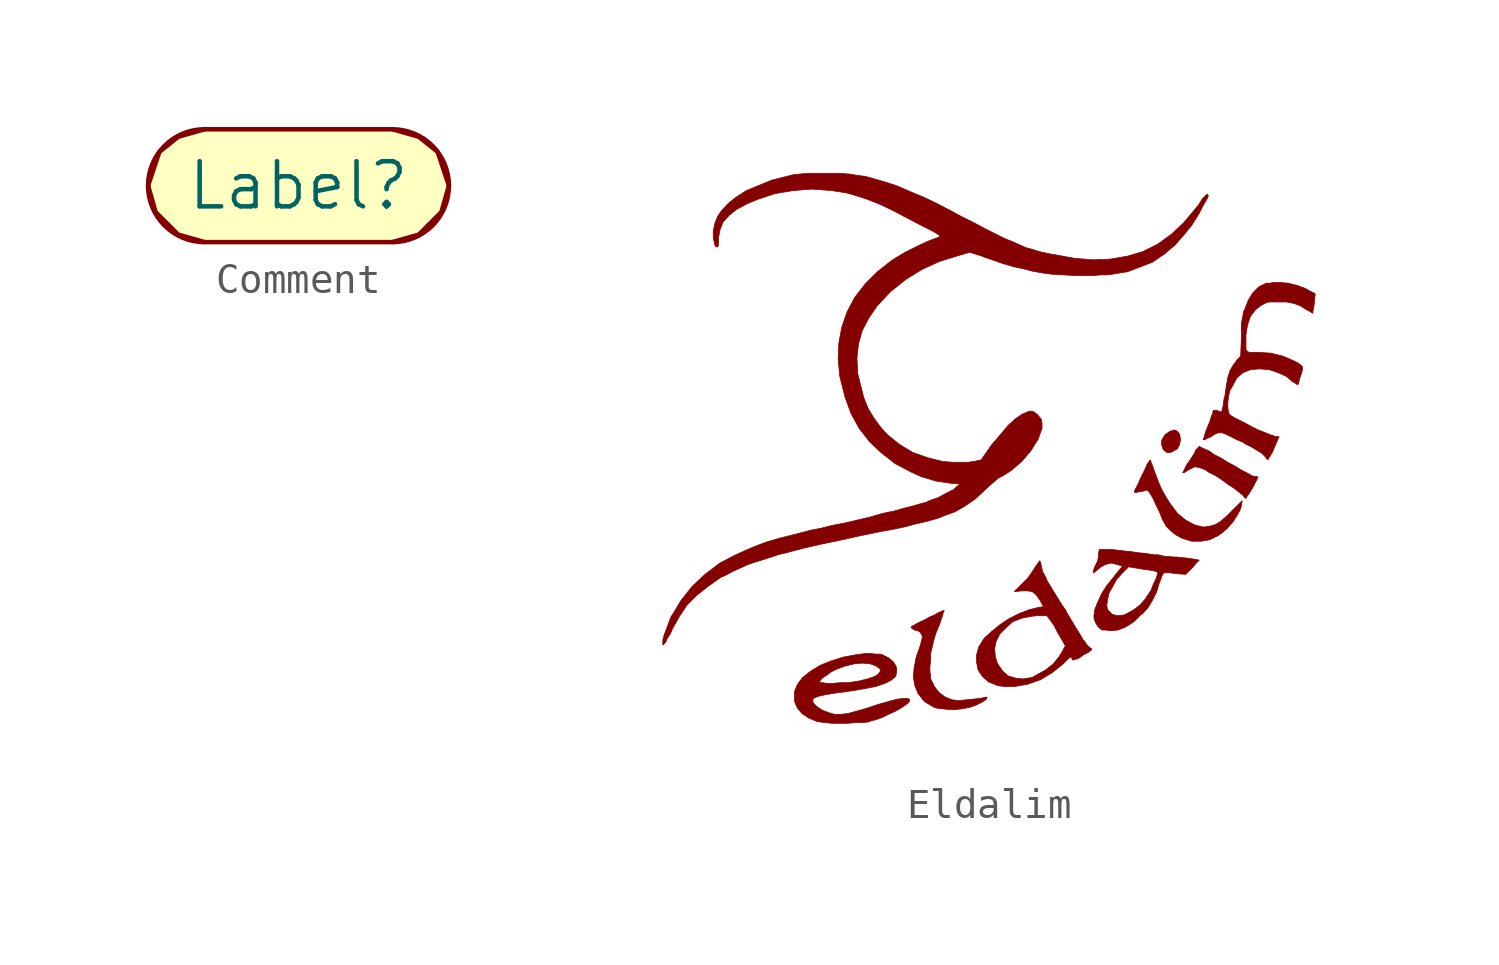
<source format=kicad_sym>
(kicad_symbol_lib
  (version 20220914)
  (generator kicad_symbol_editor)
  (symbol "Comment"
    (pin_names
      (offset 1.016))
    (property "Reference" "Label"
      (at 0 0 0)
      (effects (font (size 1.524 1.524))))
    (property "Datasheet" ""
      (at 0 0 0)
      (effects (font (size 1.524 1.524))))
    (symbol "Comment_0_1"
      (arc (start -3.175 1.905) (mid -5.0717 0) (end -3.175 -1.905) (stroke (width 0) (type solid)) (fill (type background)))
      (polyline (pts (xy 3.175 1.905) (xy -3.175 1.905) (xy -4.064 1.651) (xy -4.699 1.143) (xy -5.08 0) (xy -4.826 -0.889) (xy -4.064 -1.651) (xy -3.175 -1.905) (xy 3.175 -1.905) (xy 4.064 -1.651) (xy 4.826 -0.889) (xy 5.08 0) (xy 4.699 1.143) (xy 4.064 1.651) (xy 3.175 1.905)) (stroke (width 0) (type solid)) (fill (type background)))
      (arc (start 3.175 -1.905) (mid 5.0717 0) (end 3.175 1.905) (stroke (width 0) (type solid)) (fill (type background)))))
  (symbol "Eldalim"
    (pin_names
      (offset 1.016))
    (property "Reference" "Logo"
      (at 0 13.97 0)
      (effects (font (size 1.524 1.524)) hide))
    (property "Footprint" ""
      (at 0 0 0)
      (effects (font (size 1.524 1.524))))
    (property "Datasheet" ""
      (at 0 0 0)
      (effects (font (size 1.524 1.524))))
    (symbol "Eldalim_0_0"
      (polyline (pts (xy 6.477 0.279) (xy 6.452 0.457) (xy 6.375 0.559) (xy 6.274 0.61) (xy 6.121 0.559) (xy 5.969 0.457) (xy 5.944 0.432) (xy 5.842 0.254) (xy 5.842 0.102) (xy 5.893 -0.051) (xy 5.918 -0.076) (xy 6.02 -0.152) (xy 6.147 -0.152) (xy 6.248 -0.102) (xy 6.375 -0.025) (xy 6.452 0.127) (xy 6.477 0.279) (xy 6.477 0.279)) (stroke (width 0.025) (type solid)) (fill (type outline)))
      (polyline (pts (xy 9.093 -0.991) (xy 9.068 -0.965) (xy 8.992 -0.965) (xy 8.89 -0.94) (xy 8.763 -0.864) (xy 8.56 -0.762) (xy 8.306 -0.61) (xy 8.026 -0.457) (xy 7.874 -0.356) (xy 7.62 -0.229) (xy 7.442 -0.102) (xy 7.264 -0.025) (xy 7.163 0.025) (xy 7.112 0.051) (xy 7.061 0) (xy 6.985 -0.076) (xy 6.985 -0.102) (xy 6.934 -0.203) (xy 6.833 -0.356) (xy 6.731 -0.508) (xy 6.706 -0.533) (xy 6.629 -0.686) (xy 6.579 -0.787) (xy 6.553 -0.838) (xy 6.604 -0.838) (xy 6.706 -0.762) (xy 6.807 -0.711) (xy 6.96 -0.635) (xy 7.112 -0.66) (xy 7.315 -0.737) (xy 7.417 -0.813) (xy 7.671 -0.94) (xy 7.899 -1.092) (xy 8.103 -1.245) (xy 8.306 -1.372) (xy 8.458 -1.499) (xy 8.56 -1.575) (xy 8.611 -1.626) (xy 8.636 -1.676) (xy 8.687 -1.702) (xy 8.712 -1.651) (xy 8.788 -1.549) (xy 8.865 -1.422) (xy 8.941 -1.295) (xy 9.017 -1.143) (xy 9.068 -1.041) (xy 9.093 -0.991) (xy 9.093 -0.991)) (stroke (width 0.025) (type solid)) (fill (type outline)))
      (polyline (pts (xy 8.56 -1.778) (xy 8.23 -2.108) (xy 8.026 -2.311) (xy 7.823 -2.489) (xy 7.645 -2.591) (xy 7.468 -2.642) (xy 7.315 -2.667) (xy 7.214 -2.667) (xy 6.934 -2.591) (xy 6.655 -2.438) (xy 6.375 -2.21) (xy 6.147 -1.905) (xy 6.096 -1.829) (xy 5.969 -1.626) (xy 5.842 -1.397) (xy 5.74 -1.168) (xy 5.639 -0.889) (xy 5.588 -0.762) (xy 5.537 -0.61) (xy 5.486 -0.483) (xy 5.461 -0.406) (xy 5.436 -0.432) (xy 5.359 -0.533) (xy 5.283 -0.711) (xy 5.182 -0.914) (xy 5.131 -1.016) (xy 5.055 -1.194) (xy 4.978 -1.346) (xy 4.928 -1.448) (xy 4.928 -1.499) (xy 5.004 -1.499) (xy 5.105 -1.473) (xy 5.156 -1.473) (xy 5.258 -1.448) (xy 5.334 -1.422) (xy 5.385 -1.448) (xy 5.461 -1.549) (xy 5.563 -1.727) (xy 5.664 -1.956) (xy 5.766 -2.159) (xy 5.867 -2.413) (xy 5.994 -2.642) (xy 6.147 -2.794) (xy 6.299 -2.921) (xy 6.477 -3.023) (xy 6.528 -3.048) (xy 6.858 -3.15) (xy 7.163 -3.15) (xy 7.468 -3.099) (xy 7.772 -2.946) (xy 8.026 -2.743) (xy 8.077 -2.692) (xy 8.255 -2.489) (xy 8.382 -2.286) (xy 8.484 -2.108) (xy 8.534 -1.956) (xy 8.56 -1.778) (xy 8.56 -1.778)) (stroke (width 0.025) (type solid)) (fill (type outline)))
      (polyline (pts (xy -0.051 -8.433) (xy -0.076 -8.407) (xy -0.178 -8.433) (xy -0.305 -8.458) (xy -0.559 -8.484) (xy -0.813 -8.509) (xy -1.016 -8.534) (xy -1.168 -8.509) (xy -1.219 -8.509) (xy -1.473 -8.407) (xy -1.676 -8.255) (xy -1.854 -8.026) (xy -1.854 -8.001) (xy -1.905 -7.899) (xy -1.956 -7.798) (xy -1.956 -7.696) (xy -1.981 -7.569) (xy -1.981 -7.366) (xy -1.956 -7.163) (xy -1.956 -6.934) (xy -1.905 -6.731) (xy -1.854 -6.502) (xy -1.778 -6.248) (xy -1.651 -5.944) (xy -1.6 -5.791) (xy -1.549 -5.639) (xy -1.524 -5.537) (xy -1.499 -5.486) (xy -1.524 -5.486) (xy -1.575 -5.512) (xy -1.702 -5.563) (xy -1.829 -5.639) (xy -2.007 -5.715) (xy -2.184 -5.817) (xy -2.362 -5.893) (xy -2.489 -5.969) (xy -2.591 -6.02) (xy -2.616 -6.045) (xy -2.616 -6.071) (xy -2.54 -6.121) (xy -2.438 -6.172) (xy -2.388 -6.172) (xy -2.311 -6.223) (xy -2.261 -6.299) (xy -2.235 -6.375) (xy -2.261 -6.502) (xy -2.311 -6.68) (xy -2.388 -6.909) (xy -2.438 -7.036) (xy -2.515 -7.417) (xy -2.54 -7.747) (xy -2.489 -8.026) (xy -2.388 -8.28) (xy -2.21 -8.509) (xy -2.134 -8.585) (xy -1.956 -8.687) (xy -1.829 -8.763) (xy -1.727 -8.788) (xy -1.499 -8.814) (xy -1.219 -8.839) (xy -0.94 -8.814) (xy -0.66 -8.763) (xy -0.432 -8.687) (xy -0.229 -8.585) (xy -0.076 -8.484) (xy -0.076 -8.458) (xy -0.051 -8.433) (xy -0.051 -8.433)) (stroke (width 0.025) (type solid)) (fill (type outline)))
      (polyline (pts (xy 7.112 -3.785) (xy 7.087 -3.785) (xy 6.96 -3.759) (xy 6.807 -3.734) (xy 6.604 -3.708) (xy 6.35 -3.683) (xy 6.274 -3.683) (xy 5.944 -3.658) (xy 5.715 -3.607) (xy 5.715 -4.216) (xy 5.69 -4.293) (xy 5.639 -4.445) (xy 5.563 -4.597) (xy 5.486 -4.801) (xy 5.436 -4.877) (xy 5.283 -5.105) (xy 5.105 -5.309) (xy 4.902 -5.461) (xy 4.724 -5.563) (xy 4.572 -5.639) (xy 4.343 -5.664) (xy 4.166 -5.613) (xy 4.039 -5.486) (xy 4.013 -5.461) (xy 3.988 -5.309) (xy 4.013 -5.131) (xy 4.064 -4.902) (xy 4.191 -4.674) (xy 4.318 -4.445) (xy 4.496 -4.242) (xy 4.724 -4.013) (xy 5.182 -4.089) (xy 5.359 -4.115) (xy 5.537 -4.14) (xy 5.639 -4.166) (xy 5.69 -4.191) (xy 5.715 -4.216) (xy 5.715 -3.607) (xy 5.588 -3.607) (xy 5.258 -3.556) (xy 4.978 -3.531) (xy 4.851 -3.505) (xy 4.597 -3.48) (xy 4.369 -3.454) (xy 4.166 -3.429) (xy 4.013 -3.429) (xy 3.734 -3.429) (xy 3.708 -3.581) (xy 3.708 -3.658) (xy 3.683 -3.81) (xy 3.607 -3.962) (xy 3.556 -4.089) (xy 3.531 -4.191) (xy 3.531 -4.216) (xy 3.581 -4.191) (xy 3.708 -4.089) (xy 3.759 -4.039) (xy 3.937 -3.937) (xy 4.14 -3.886) (xy 4.343 -3.937) (xy 4.521 -3.988) (xy 4.293 -4.267) (xy 4.216 -4.369) (xy 3.988 -4.648) (xy 3.81 -4.928) (xy 3.683 -5.207) (xy 3.581 -5.461) (xy 3.556 -5.664) (xy 3.556 -5.74) (xy 3.607 -5.893) (xy 3.683 -6.02) (xy 3.785 -6.121) (xy 3.835 -6.147) (xy 3.962 -6.147) (xy 4.115 -6.172) (xy 4.369 -6.147) (xy 4.623 -6.045) (xy 4.902 -5.867) (xy 5.156 -5.613) (xy 5.182 -5.613) (xy 5.385 -5.385) (xy 5.537 -5.131) (xy 5.664 -4.877) (xy 5.766 -4.547) (xy 5.791 -4.496) (xy 5.842 -4.343) (xy 5.893 -4.242) (xy 5.918 -4.216) (xy 5.994 -4.216) (xy 6.147 -4.216) (xy 6.299 -4.242) (xy 6.655 -4.267) (xy 6.883 -4.039) (xy 6.909 -4.013) (xy 7.01 -3.886) (xy 7.087 -3.81) (xy 7.112 -3.785) (xy 7.112 -3.785)) (stroke (width 0.025) (type solid)) (fill (type outline)))
      (polyline (pts (xy -2.667 -8.484) (xy -2.743 -8.458) (xy -2.896 -8.458) (xy -3.099 -8.484) (xy -3.378 -8.56) (xy -3.734 -8.661) (xy -4.115 -8.788) (xy -4.47 -8.89) (xy -4.75 -8.966) (xy -4.978 -8.992) (xy -5.207 -8.992) (xy -5.385 -8.941) (xy -5.588 -8.865) (xy -5.639 -8.839) (xy -5.791 -8.738) (xy -5.893 -8.636) (xy -5.944 -8.534) (xy -5.918 -8.458) (xy -5.867 -8.433) (xy -5.74 -8.382) (xy -5.512 -8.331) (xy -5.207 -8.28) (xy -4.826 -8.23) (xy -4.648 -8.204) (xy -4.191 -8.128) (xy -3.81 -8.052) (xy -3.505 -7.95) (xy -3.302 -7.849) (xy -3.15 -7.722) (xy -3.124 -7.671) (xy -3.099 -7.518) (xy -3.124 -7.366) (xy -3.226 -7.214) (xy -3.378 -7.087) (xy -3.581 -6.985) (xy -3.658 -6.96) (xy -3.658 -7.468) (xy -3.658 -7.544) (xy -3.734 -7.645) (xy -3.861 -7.722) (xy -4.089 -7.798) (xy -4.394 -7.874) (xy -4.572 -7.899) (xy -4.775 -7.925) (xy -5.029 -7.925) (xy -5.258 -7.95) (xy -5.461 -7.95) (xy -5.613 -7.925) (xy -5.715 -7.925) (xy -5.715 -7.899) (xy -5.664 -7.823) (xy -5.588 -7.747) (xy -5.461 -7.671) (xy -5.334 -7.569) (xy -5.182 -7.493) (xy -5.131 -7.468) (xy -4.851 -7.366) (xy -4.547 -7.29) (xy -4.267 -7.264) (xy -3.988 -7.29) (xy -3.785 -7.366) (xy -3.759 -7.391) (xy -3.658 -7.468) (xy -3.658 -6.96) (xy -3.785 -6.96) (xy -4.115 -6.934) (xy -4.496 -6.985) (xy -4.902 -7.061) (xy -5.309 -7.188) (xy -5.69 -7.341) (xy -6.02 -7.544) (xy -6.274 -7.747) (xy -6.452 -7.976) (xy -6.553 -8.23) (xy -6.553 -8.484) (xy -6.553 -8.56) (xy -6.452 -8.788) (xy -6.299 -8.966) (xy -6.071 -9.119) (xy -5.766 -9.246) (xy -5.715 -9.246) (xy -5.537 -9.271) (xy -5.283 -9.296) (xy -5.029 -9.296) (xy -4.75 -9.296) (xy -4.47 -9.271) (xy -4.216 -9.271) (xy -4.039 -9.246) (xy -3.988 -9.22) (xy -3.785 -9.169) (xy -3.581 -9.093) (xy -3.378 -8.992) (xy -3.15 -8.89) (xy -2.972 -8.788) (xy -2.819 -8.687) (xy -2.718 -8.611) (xy -2.667 -8.534) (xy -2.667 -8.484) (xy -2.667 -8.484)) (stroke (width 0.025) (type solid)) (fill (type outline)))
      (polyline (pts (xy 3.48 -6.782) (xy 3.404 -6.731) (xy 3.378 -6.706) (xy 3.302 -6.629) (xy 3.226 -6.502) (xy 3.2 -6.502) (xy 3.15 -6.401) (xy 3.073 -6.274) (xy 2.946 -6.071) (xy 2.794 -5.817) (xy 2.642 -5.563) (xy 2.591 -5.461) (xy 2.591 -6.68) (xy 2.464 -6.909) (xy 2.388 -7.036) (xy 2.184 -7.29) (xy 1.93 -7.493) (xy 1.651 -7.645) (xy 1.473 -7.747) (xy 1.168 -7.798) (xy 0.914 -7.772) (xy 0.66 -7.696) (xy 0.483 -7.544) (xy 0.305 -7.29) (xy 0.229 -7.061) (xy 0.203 -6.782) (xy 0.254 -6.528) (xy 0.381 -6.274) (xy 0.584 -6.071) (xy 0.813 -5.867) (xy 1.143 -5.74) (xy 1.168 -5.74) (xy 1.397 -5.69) (xy 1.626 -5.664) (xy 1.829 -5.664) (xy 1.956 -5.664) (xy 2.007 -5.715) (xy 2.083 -5.817) (xy 2.21 -5.994) (xy 2.311 -6.198) (xy 2.591 -6.68) (xy 2.591 -5.461) (xy 2.464 -5.283) (xy 2.261 -4.953) (xy 2.108 -4.699) (xy 1.981 -4.496) (xy 1.905 -4.318) (xy 1.829 -4.191) (xy 1.803 -4.089) (xy 1.778 -4.013) (xy 1.778 -3.962) (xy 1.753 -3.861) (xy 1.727 -3.81) (xy 1.702 -3.835) (xy 1.651 -3.912) (xy 1.575 -4.013) (xy 1.549 -4.064) (xy 1.448 -4.216) (xy 1.321 -4.394) (xy 1.168 -4.547) (xy 0.864 -4.851) (xy 1.118 -4.826) (xy 1.321 -4.826) (xy 1.473 -4.851) (xy 1.6 -4.953) (xy 1.727 -5.131) (xy 1.854 -5.359) (xy 1.676 -5.385) (xy 1.372 -5.461) (xy 1.041 -5.588) (xy 0.686 -5.766) (xy 0.381 -5.969) (xy 0.102 -6.198) (xy -0.152 -6.426) (xy -0.305 -6.68) (xy -0.33 -6.706) (xy -0.406 -6.985) (xy -0.406 -7.239) (xy -0.356 -7.493) (xy -0.203 -7.722) (xy 0 -7.899) (xy 0.254 -8.001) (xy 0.305 -8.026) (xy 0.533 -8.052) (xy 0.813 -8.052) (xy 0.889 -8.052) (xy 1.321 -7.976) (xy 1.753 -7.823) (xy 2.134 -7.595) (xy 2.515 -7.29) (xy 2.591 -7.214) (xy 2.692 -7.112) (xy 2.769 -7.061) (xy 2.794 -7.036) (xy 2.794 -7.061) (xy 2.819 -7.137) (xy 2.845 -7.163) (xy 2.921 -7.137) (xy 3.023 -7.112) (xy 3.175 -7.01) (xy 3.2 -6.985) (xy 3.353 -6.909) (xy 3.454 -6.833) (xy 3.48 -6.807) (xy 3.48 -6.782) (xy 3.48 -6.782)) (stroke (width 0.025) (type solid)) (fill (type outline)))
      (polyline (pts (xy 11.024 5.207) (xy 10.82 5.309) (xy 10.693 5.385) (xy 10.414 5.486) (xy 10.109 5.563) (xy 9.779 5.588) (xy 9.652 5.588) (xy 9.5 5.563) (xy 9.373 5.563) (xy 9.271 5.512) (xy 9.169 5.461) (xy 9.119 5.436) (xy 8.915 5.232) (xy 8.763 4.978) (xy 8.636 4.648) (xy 8.611 4.623) (xy 8.585 4.47) (xy 8.56 4.343) (xy 8.534 4.191) (xy 8.534 3.988) (xy 8.534 3.734) (xy 8.509 3.099) (xy 8.357 2.946) (xy 8.357 2.921) (xy 8.255 2.794) (xy 8.153 2.616) (xy 8.077 2.388) (xy 8.026 2.108) (xy 7.976 1.753) (xy 7.95 1.676) (xy 7.925 1.473) (xy 7.899 1.346) (xy 7.874 1.245) (xy 7.849 1.219) (xy 7.823 1.219) (xy 7.696 1.27) (xy 7.595 1.27) (xy 7.569 1.219) (xy 7.569 1.168) (xy 7.518 1.067) (xy 7.468 0.889) (xy 7.391 0.711) (xy 7.341 0.584) (xy 7.29 0.432) (xy 7.264 0.33) (xy 7.239 0.279) (xy 7.29 0.279) (xy 7.391 0.33) (xy 7.518 0.381) (xy 7.62 0.457) (xy 7.747 0.508) (xy 7.849 0.508) (xy 7.899 0.508) (xy 8.026 0.457) (xy 8.179 0.381) (xy 8.382 0.279) (xy 8.611 0.178) (xy 8.636 0.152) (xy 8.89 0.025) (xy 9.093 -0.102) (xy 9.22 -0.178) (xy 9.296 -0.254) (xy 9.347 -0.305) (xy 9.398 -0.381) (xy 9.449 -0.381) (xy 9.449 -0.356) (xy 9.5 -0.279) (xy 9.576 -0.152) (xy 9.652 0.025) (xy 9.804 0.381) (xy 9.677 0.381) (xy 9.627 0.406) (xy 9.474 0.457) (xy 9.296 0.533) (xy 9.093 0.61) (xy 8.89 0.711) (xy 8.661 0.838) (xy 8.458 0.94) (xy 8.306 1.016) (xy 8.179 1.092) (xy 8.128 1.143) (xy 8.103 1.194) (xy 8.077 1.346) (xy 8.077 1.549) (xy 8.103 1.753) (xy 8.153 1.956) (xy 8.23 2.083) (xy 8.382 2.362) (xy 8.585 2.54) (xy 8.839 2.642) (xy 9.119 2.667) (xy 9.169 2.667) (xy 9.474 2.642) (xy 9.779 2.54) (xy 10.058 2.413) (xy 10.262 2.235) (xy 10.312 2.21) (xy 10.389 2.159) (xy 10.439 2.134) (xy 10.465 2.184) (xy 10.49 2.311) (xy 10.541 2.464) (xy 10.566 2.515) (xy 10.592 2.642) (xy 10.592 2.743) (xy 10.541 2.794) (xy 10.439 2.87) (xy 10.287 2.946) (xy 9.931 3.099) (xy 9.525 3.2) (xy 9.093 3.226) (xy 8.941 3.226) (xy 8.814 3.226) (xy 8.738 3.251) (xy 8.687 3.327) (xy 8.687 3.454) (xy 8.687 3.632) (xy 8.687 3.81) (xy 8.738 4.14) (xy 8.839 4.445) (xy 9.017 4.674) (xy 9.22 4.826) (xy 9.271 4.851) (xy 9.373 4.902) (xy 9.474 4.928) (xy 9.601 4.928) (xy 9.804 4.928) (xy 10.058 4.928) (xy 10.312 4.877) (xy 10.516 4.801) (xy 10.719 4.674) (xy 10.82 4.623) (xy 10.897 4.572) (xy 10.947 4.547) (xy 10.947 4.623) (xy 10.973 4.724) (xy 10.998 4.902) (xy 11.024 5.207) (xy 11.024 5.207)) (stroke (width 0.025) (type solid)) (fill (type outline)))
      (polyline (pts (xy 7.417 8.509) (xy 7.391 8.56) (xy 7.366 8.56) (xy 7.315 8.509) (xy 7.214 8.407) (xy 7.087 8.204) (xy 6.985 8.077) (xy 6.579 7.595) (xy 6.172 7.214) (xy 5.715 6.883) (xy 5.207 6.629) (xy 4.699 6.477) (xy 4.115 6.375) (xy 3.531 6.35) (xy 2.896 6.401) (xy 2.21 6.528) (xy 2.184 6.528) (xy 1.93 6.579) (xy 1.702 6.629) (xy 1.473 6.706) (xy 1.27 6.756) (xy 1.041 6.858) (xy 0.813 6.96) (xy 0.559 7.061) (xy 0.254 7.214) (xy -0.102 7.391) (xy -0.483 7.595) (xy -0.94 7.823) (xy -1.219 7.976) (xy -1.753 8.255) (xy -2.235 8.484) (xy -2.667 8.661) (xy -3.073 8.839) (xy -3.454 8.966) (xy -3.81 9.068) (xy -4.166 9.169) (xy -4.394 9.195) (xy -4.699 9.246) (xy -5.029 9.271) (xy -5.41 9.271) (xy -5.766 9.271) (xy -6.096 9.271) (xy -6.375 9.246) (xy -6.604 9.22) (xy -6.807 9.169) (xy -7.315 9.042) (xy -7.747 8.865) (xy -8.179 8.687) (xy -8.534 8.458) (xy -8.814 8.23) (xy -9.042 7.976) (xy -9.144 7.823) (xy -9.246 7.569) (xy -9.296 7.315) (xy -9.296 7.087) (xy -9.271 6.985) (xy -9.246 6.858) (xy -9.22 6.807) (xy -9.169 6.782) (xy -9.144 6.782) (xy -9.119 6.858) (xy -9.119 6.985) (xy -9.119 7.087) (xy -9.068 7.366) (xy -8.966 7.62) (xy -8.763 7.849) (xy -8.509 8.052) (xy -8.179 8.23) (xy -7.823 8.382) (xy -7.214 8.585) (xy -6.604 8.687) (xy -5.969 8.738) (xy -5.283 8.687) (xy -5.131 8.661) (xy -4.801 8.611) (xy -4.445 8.509) (xy -4.064 8.382) (xy -3.683 8.23) (xy -3.251 8.026) (xy -2.769 7.772) (xy -2.235 7.493) (xy -2.083 7.417) (xy -1.88 7.315) (xy -1.753 7.239) (xy -1.676 7.188) (xy -1.651 7.137) (xy -1.676 7.112) (xy -1.753 7.087) (xy -1.829 7.061) (xy -2.032 6.985) (xy -2.413 6.807) (xy -2.819 6.604) (xy -3.2 6.375) (xy -3.277 6.325) (xy -3.759 5.944) (xy -4.166 5.537) (xy -4.521 5.08) (xy -4.775 4.597) (xy -4.953 4.089) (xy -5.055 3.556) (xy -5.08 3.023) (xy -5.029 2.438) (xy -5.004 2.337) (xy -4.851 1.727) (xy -4.648 1.168) (xy -4.369 0.66) (xy -4.013 0.203) (xy -3.607 -0.178) (xy -3.15 -0.533) (xy -2.616 -0.813) (xy -2.286 -0.965) (xy -1.778 -1.118) (xy -1.27 -1.194) (xy -0.965 -1.219) (xy -1.092 -1.321) (xy -1.168 -1.397) (xy -1.422 -1.524) (xy -1.702 -1.676) (xy -2.057 -1.803) (xy -2.083 -1.829) (xy -2.286 -1.88) (xy -2.54 -1.956) (xy -2.845 -2.032) (xy -3.2 -2.134) (xy -3.581 -2.21) (xy -4.013 -2.337) (xy -4.445 -2.438) (xy -4.877 -2.54) (xy -5.283 -2.616) (xy -5.69 -2.718) (xy -5.969 -2.769) (xy -6.553 -2.921) (xy -7.061 -3.048) (xy -7.493 -3.175) (xy -7.899 -3.327) (xy -8.255 -3.48) (xy -8.585 -3.632) (xy -9.068 -3.886) (xy -9.576 -4.267) (xy -10.008 -4.674) (xy -10.389 -5.156) (xy -10.693 -5.664) (xy -10.719 -5.69) (xy -10.795 -5.893) (xy -10.871 -6.096) (xy -10.947 -6.299) (xy -10.998 -6.477) (xy -10.998 -6.579) (xy -10.998 -6.655) (xy -10.947 -6.604) (xy -10.897 -6.553) (xy -10.846 -6.426) (xy -10.744 -6.274) (xy -10.668 -6.096) (xy -10.439 -5.69) (xy -10.185 -5.309) (xy -9.855 -4.978) (xy -9.474 -4.674) (xy -9.042 -4.369) (xy -8.865 -4.293) (xy -8.636 -4.166) (xy -8.407 -4.064) (xy -8.128 -3.937) (xy -7.823 -3.835) (xy -7.493 -3.734) (xy -7.112 -3.607) (xy -6.706 -3.505) (xy -6.223 -3.378) (xy -5.664 -3.251) (xy -5.055 -3.124) (xy -4.369 -2.972) (xy -3.632 -2.819) (xy -3.48 -2.794) (xy -3.073 -2.718) (xy -2.743 -2.642) (xy -2.464 -2.565) (xy -2.235 -2.515) (xy -2.032 -2.464) (xy -1.854 -2.413) (xy -1.676 -2.362) (xy -1.499 -2.286) (xy -1.143 -2.159) (xy -0.787 -1.956) (xy -0.457 -1.727) (xy -0.127 -1.422) (xy -0.051 -1.346) (xy 0.152 -1.168) (xy 0.33 -1.016) (xy 0.483 -0.94) (xy 0.762 -0.762) (xy 1.118 -0.457) (xy 1.422 -0.102) (xy 1.676 0.305) (xy 1.727 0.457) (xy 1.803 0.66) (xy 1.803 0.838) (xy 1.778 0.965) (xy 1.676 1.092) (xy 1.626 1.143) (xy 1.524 1.219) (xy 1.422 1.245) (xy 1.321 1.219) (xy 1.143 1.143) (xy 0.914 0.991) (xy 0.66 0.762) (xy 0.406 0.457) (xy 0.102 0.102) (xy -0.254 -0.406) (xy -0.508 -0.457) (xy -0.686 -0.483) (xy -0.94 -0.483) (xy -1.219 -0.483) (xy -1.549 -0.457) (xy -2.057 -0.33) (xy -2.565 -0.152) (xy -3.023 0.127) (xy -3.429 0.457) (xy -3.632 0.686) (xy -3.861 0.991) (xy -4.064 1.321) (xy -4.216 1.702) (xy -4.293 2.007) (xy -4.42 2.515) (xy -4.445 3.023) (xy -4.394 3.505) (xy -4.267 3.962) (xy -4.039 4.394) (xy -3.759 4.801) (xy -3.378 5.207) (xy -3.302 5.283) (xy -2.794 5.69) (xy -2.261 6.02) (xy -1.651 6.299) (xy -0.991 6.502) (xy -0.635 6.604) (xy -0.229 6.477) (xy -0.178 6.452) (xy 0.127 6.35) (xy 0.483 6.223) (xy 0.838 6.121) (xy 1.194 6.045) (xy 1.473 5.969) (xy 1.753 5.918) (xy 2.108 5.867) (xy 2.515 5.842) (xy 2.946 5.817) (xy 3.429 5.817) (xy 3.505 5.817) (xy 3.785 5.842) (xy 4.013 5.842) (xy 4.191 5.867) (xy 4.343 5.893) (xy 4.496 5.918) (xy 4.674 5.944) (xy 5.08 6.096) (xy 5.537 6.274) (xy 5.944 6.553) (xy 6.299 6.858) (xy 6.655 7.264) (xy 6.731 7.366) (xy 6.858 7.518) (xy 6.985 7.722) (xy 7.112 7.925) (xy 7.214 8.128) (xy 7.315 8.306) (xy 7.391 8.433) (xy 7.417 8.509) (xy 7.417 8.509)) (stroke (width 0.025) (type solid)) (fill (type outline))))))
</source>
